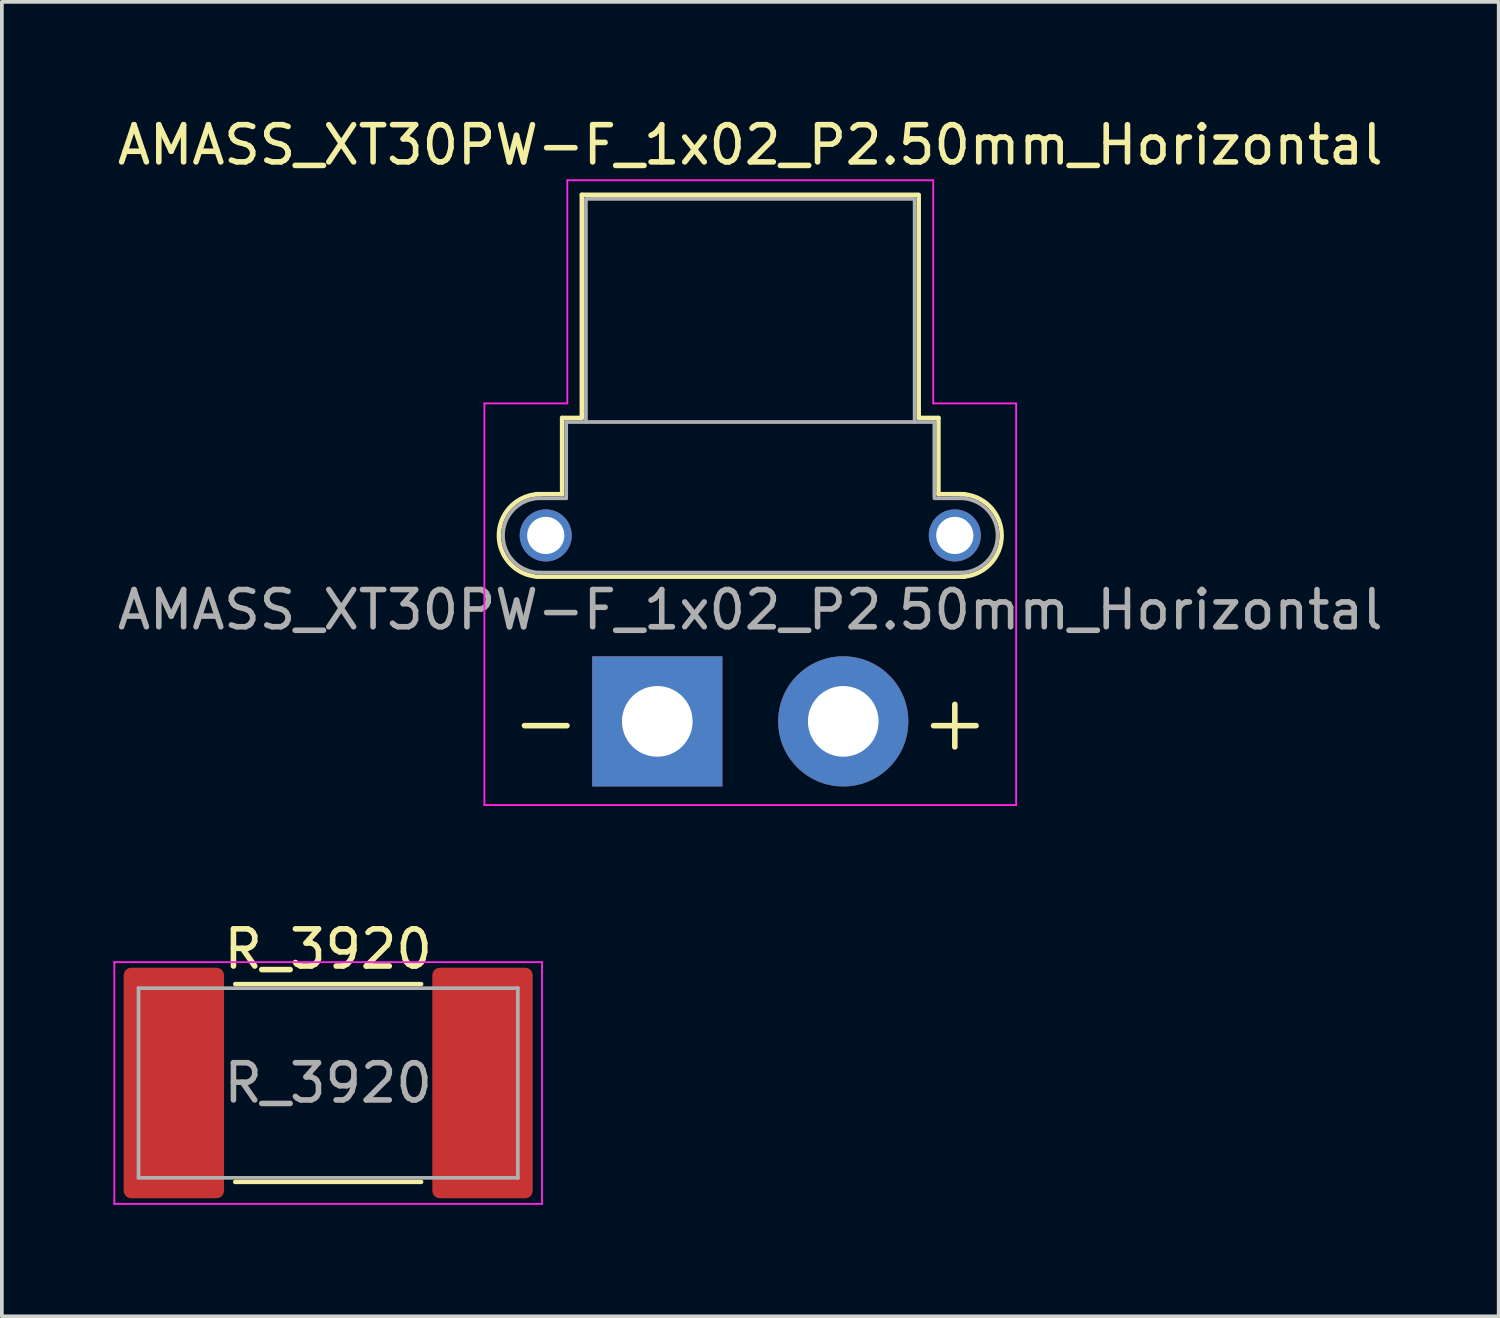
<source format=kicad_pcb>
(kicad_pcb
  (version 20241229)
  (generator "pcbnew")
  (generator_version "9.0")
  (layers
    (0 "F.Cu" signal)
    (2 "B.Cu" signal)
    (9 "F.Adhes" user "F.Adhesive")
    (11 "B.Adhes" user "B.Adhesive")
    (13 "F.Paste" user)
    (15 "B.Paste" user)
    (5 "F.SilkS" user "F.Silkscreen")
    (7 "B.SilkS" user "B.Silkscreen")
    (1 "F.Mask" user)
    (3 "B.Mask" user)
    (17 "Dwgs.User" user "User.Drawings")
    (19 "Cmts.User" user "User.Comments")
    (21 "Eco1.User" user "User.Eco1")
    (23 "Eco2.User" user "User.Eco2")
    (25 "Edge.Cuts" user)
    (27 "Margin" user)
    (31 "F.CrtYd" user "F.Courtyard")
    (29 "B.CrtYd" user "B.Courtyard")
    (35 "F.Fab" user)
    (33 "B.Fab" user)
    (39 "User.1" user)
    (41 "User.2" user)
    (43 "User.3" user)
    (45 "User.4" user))
  (footprint "R_3920"
    (layer "F.Cu")
    (at 5.775 26.072)
    (property "Reference" "R_3920" (at 0 -3.6 0) (layer "F.SilkS") (effects (font (size 1 1) (thickness 0.15))))
    (attr smd)
    (fp_line (start -2.5 -2.66) (end 2.5 -2.66) (stroke (width 0.12) (type solid)) (layer "F.SilkS"))
    (fp_line (start -2.5 2.66) (end 2.5 2.66) (stroke (width 0.12) (type solid)) (layer "F.SilkS"))
    (fp_line (start -5.75 -3.25) (end 5.75 -3.25) (stroke (width 0.05) (type solid)) (layer "F.CrtYd"))
    (fp_line (start -5.75 3.25) (end -5.75 -3.25) (stroke (width 0.05) (type solid)) (layer "F.CrtYd"))
    (fp_line (start 5.75 -3.25) (end 5.75 3.25) (stroke (width 0.05) (type solid)) (layer "F.CrtYd"))
    (fp_line (start 5.75 3.25) (end -5.75 3.25) (stroke (width 0.05) (type solid)) (layer "F.CrtYd"))
    (fp_line (start -5.1 -2.55) (end 5.1 -2.55) (stroke (width 0.1) (type solid)) (layer "F.Fab"))
    (fp_line (start -5.1 2.55) (end -5.1 -2.55) (stroke (width 0.1) (type solid)) (layer "F.Fab"))
    (fp_line (start 5.1 -2.55) (end 5.1 2.55) (stroke (width 0.1) (type solid)) (layer "F.Fab"))
    (fp_line (start 5.1 2.55) (end -5.1 2.55) (stroke (width 0.1) (type solid)) (layer "F.Fab"))
    (fp_text user "${REFERENCE}" (at 0 0 0) (layer "F.Fab") (effects (font (size 1 1) (thickness 0.15))))
    (pad "1" smd roundrect (at -4.15 0) (size 2.7 6.2) (layers "F.Cu" "F.Mask" "F.Paste") (roundrect_rratio 0.074))
    (pad "2" smd roundrect (at 4.15 0) (size 2.7 6.2) (layers "F.Cu" "F.Mask" "F.Paste") (roundrect_rratio 0.074)))
  (footprint "AMASS_XT30PW-F_1x02_P2.50mm_Horizontal"
    (layer "F.Cu")
    (at 14.625 16.348)
    (property "Reference" "AMASS_XT30PW-F_1x02_P2.50mm_Horizontal" (at 2.5 -15.5 0) (layer "F.SilkS") (effects (font (size 1 1) (thickness 0.15))))
    (attr through_hole)
    (fp_line (start -3.26 -6.11) (end -2.56 -6.11) (stroke (width 0.12) (type solid)) (layer "F.SilkS"))
    (fp_line (start -3.26 -3.89) (end 8.26 -3.89) (stroke (width 0.12) (type solid)) (layer "F.SilkS"))
    (fp_line (start -2.56 -8.16) (end -2.56 -6.11) (stroke (width 0.12) (type solid)) (layer "F.SilkS"))
    (fp_line (start -2.56 -8.16) (end -2.03 -8.16) (stroke (width 0.12) (type solid)) (layer "F.SilkS"))
    (fp_line (start -2.03 -14.16) (end -2.03 -8.16) (stroke (width 0.12) (type solid)) (layer "F.SilkS"))
    (fp_line (start -2.03 -14.16) (end 7 -14.16) (stroke (width 0.12) (type solid)) (layer "F.SilkS"))
    (fp_line (start 7.03 -14.16) (end 7.03 -8.16) (stroke (width 0.12) (type solid)) (layer "F.SilkS"))
    (fp_line (start 7.03 -8.16) (end 7.56 -8.16) (stroke (width 0.12) (type solid)) (layer "F.SilkS"))
    (fp_line (start 7.56 -8.16) (end 7.56 -6.11) (stroke (width 0.12) (type solid)) (layer "F.SilkS"))
    (fp_line (start 7.56 -6.11) (end 8.26 -6.11) (stroke (width 0.12) (type solid)) (layer "F.SilkS"))
    (fp_arc (start -3.321729 -3.903365) (mid -4.256653 -5.086124) (end -3.15 -6.11) (stroke (width 0.12) (type solid)) (layer "F.SilkS"))
    (fp_arc (start 8.15 -6.11) (mid 9.26 -5) (end 8.15 -3.89) (stroke (width 0.12) (type solid)) (layer "F.SilkS"))
    (fp_line (start -4.65 -8.55) (end -4.65 2.25) (stroke (width 0.05) (type solid)) (layer "F.CrtYd"))
    (fp_line (start -4.65 -8.55) (end -2.42 -8.55) (stroke (width 0.05) (type solid)) (layer "F.CrtYd"))
    (fp_line (start -4.65 2.25) (end 9.65 2.25) (stroke (width 0.05) (type solid)) (layer "F.CrtYd"))
    (fp_line (start -2.42 -14.55) (end -2.42 -8.55) (stroke (width 0.05) (type solid)) (layer "F.CrtYd"))
    (fp_line (start -2.42 -14.55) (end 7.42 -14.55) (stroke (width 0.05) (type solid)) (layer "F.CrtYd"))
    (fp_line (start 7.42 -14.55) (end 7.42 -8.55) (stroke (width 0.05) (type solid)) (layer "F.CrtYd"))
    (fp_line (start 7.42 -8.55) (end 9.65 -8.55) (stroke (width 0.05) (type solid)) (layer "F.CrtYd"))
    (fp_line (start 9.65 -8.55) (end 9.65 2.25) (stroke (width 0.05) (type solid)) (layer "F.CrtYd"))
    (fp_line (start -3.15 -6) (end -2.45 -6) (stroke (width 0.1) (type solid)) (layer "F.Fab"))
    (fp_line (start -3.15 -4) (end 8.15 -4) (stroke (width 0.1) (type solid)) (layer "F.Fab"))
    (fp_line (start -2.45 -8.05) (end -2.45 -6) (stroke (width 0.1) (type solid)) (layer "F.Fab"))
    (fp_line (start -2.45 -8.05) (end 7.45 -8.05) (stroke (width 0.1) (type solid)) (layer "F.Fab"))
    (fp_line (start -1.92 -14.05) (end -1.92 -8.05) (stroke (width 0.1) (type solid)) (layer "F.Fab"))
    (fp_line (start -1.92 -14.05) (end 6.92 -14.05) (stroke (width 0.1) (type solid)) (layer "F.Fab"))
    (fp_line (start 6.92 -14.05) (end 6.92 -8.05) (stroke (width 0.1) (type solid)) (layer "F.Fab"))
    (fp_line (start 7.45 -8.05) (end 7.45 -6.05) (stroke (width 0.1) (type solid)) (layer "F.Fab"))
    (fp_line (start 7.45 -6) (end 8.15 -6) (stroke (width 0.1) (type solid)) (layer "F.Fab"))
    (fp_arc (start -3.15 -4) (mid -4.15 -5) (end -3.15 -6) (stroke (width 0.1) (type solid)) (layer "F.Fab"))
    (fp_arc (start 8.15 -6) (mid 9.15 -5) (end 8.15 -4) (stroke (width 0.1) (type solid)) (layer "F.Fab"))
    (fp_text user "-" (at -3 0 0) (layer "F.SilkS") (effects (font (size 1.5 1.5) (thickness 0.15))))
    (fp_text user "+" (at 8 0 0) (layer "F.SilkS") (effects (font (size 1.5 1.5) (thickness 0.15))))
    (fp_text user "${REFERENCE}" (at 2.5 -3 0) (layer "F.Fab") (effects (font (size 1 1) (thickness 0.15))))
    (pad "" thru_hole circle (at -3 -5 90) (size 1.4 1.4) (drill 1) (layers "*.Cu" "*.Mask"))
    (pad "" thru_hole circle (at 8 -5) (size 1.4 1.4) (drill 1) (layers "*.Cu" "*.Mask"))
    (pad "1" thru_hole rect (at 0 0) (size 3.5 3.5) (drill 1.9) (layers "*.Cu" "*.Mask"))
    (pad "2" thru_hole circle (at 5 0) (size 3.5 3.5) (drill 1.9) (layers "*.Cu" "*.Mask")))
  (gr_rect
    (start -3 -3)
    (end 37.25 32.346)
    (stroke (width 0.1) (type default))
    (fill no)
    (layer "Edge.Cuts")))
</source>
